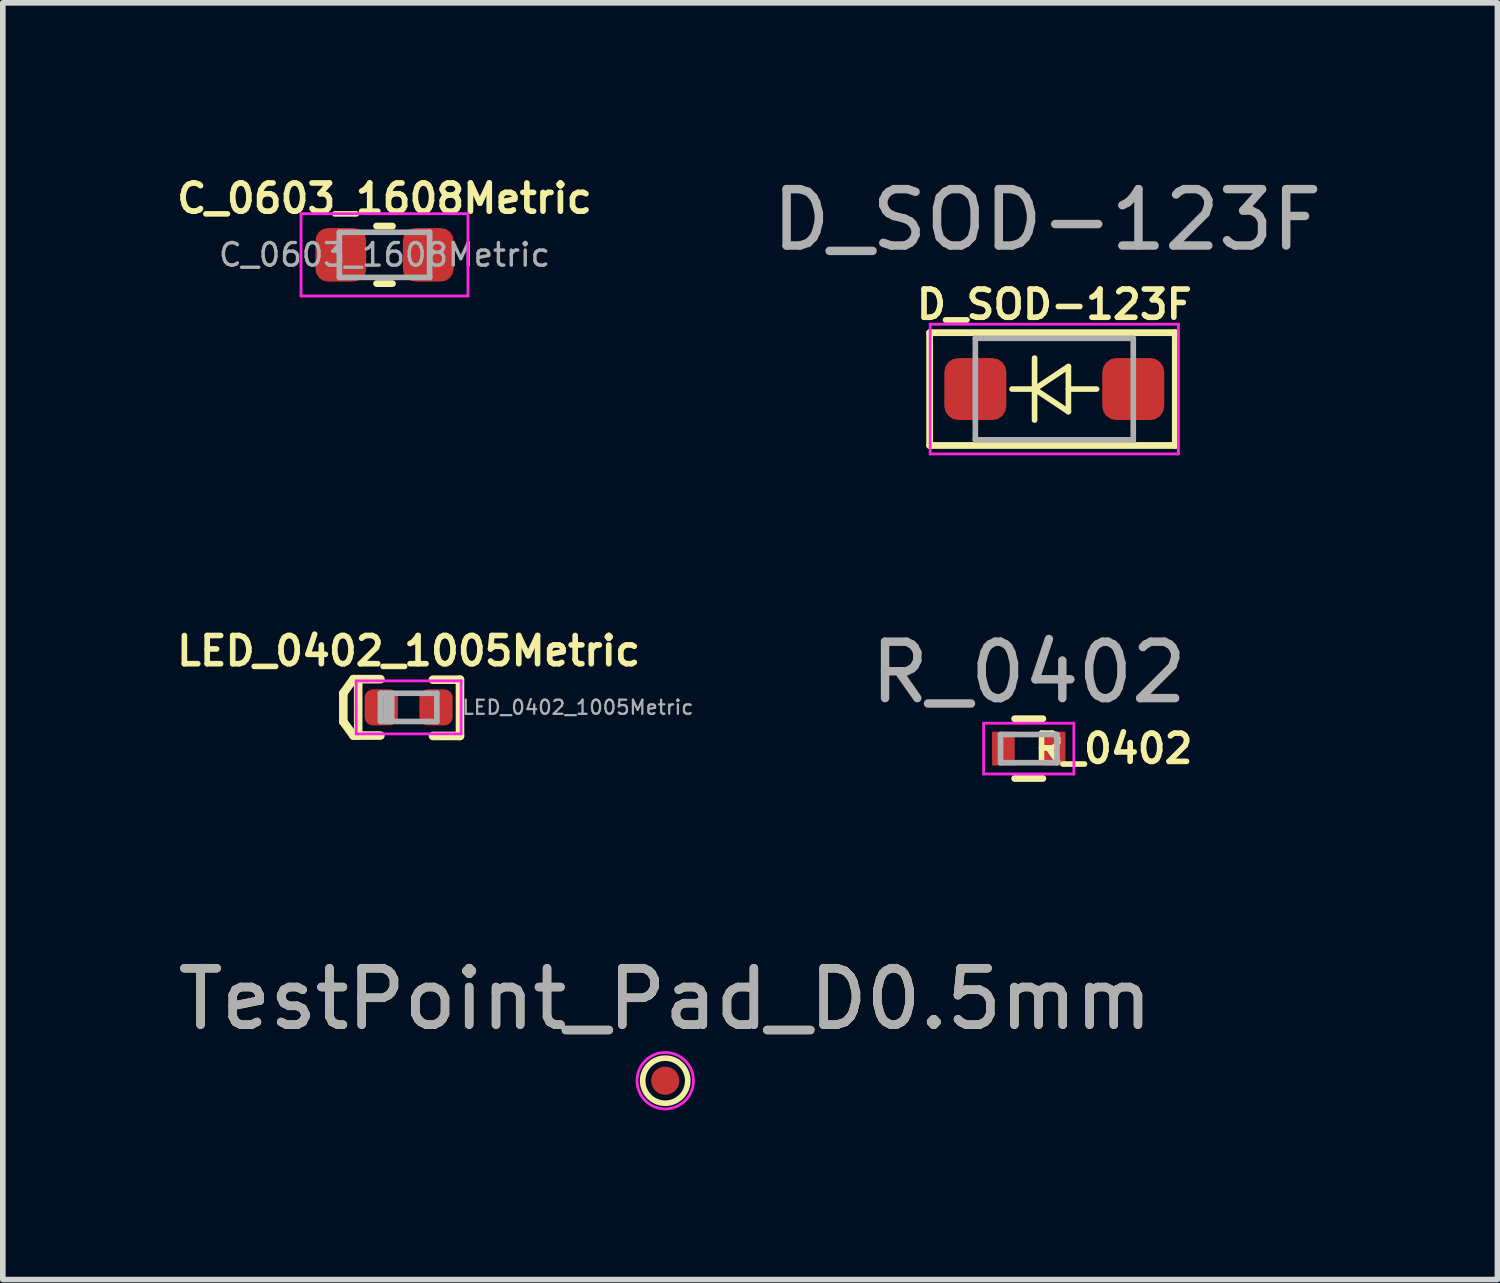
<source format=kicad_pcb>
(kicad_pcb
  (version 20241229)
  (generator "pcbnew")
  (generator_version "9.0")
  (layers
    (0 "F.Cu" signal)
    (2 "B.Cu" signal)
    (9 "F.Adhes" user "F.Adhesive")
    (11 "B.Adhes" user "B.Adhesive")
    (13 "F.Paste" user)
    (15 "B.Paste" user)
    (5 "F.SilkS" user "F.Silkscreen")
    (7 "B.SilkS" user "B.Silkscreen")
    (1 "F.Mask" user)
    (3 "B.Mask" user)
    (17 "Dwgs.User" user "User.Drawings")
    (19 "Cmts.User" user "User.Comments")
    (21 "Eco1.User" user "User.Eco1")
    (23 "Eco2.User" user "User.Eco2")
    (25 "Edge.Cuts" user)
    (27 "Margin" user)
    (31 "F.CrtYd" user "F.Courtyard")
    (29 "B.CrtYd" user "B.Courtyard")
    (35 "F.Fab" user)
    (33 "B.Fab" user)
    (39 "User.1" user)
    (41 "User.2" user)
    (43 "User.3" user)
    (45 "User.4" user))
  (footprint "TestPoint_Pad_D0.5mm"
    (layer "F.Cu")
    (at 8.744 16.11)
    (property "Reference" "TestPoint_Pad_D0.5mm" (at 0 -1.448 0) (layer "F.SilkS") (effects (font (size 1 1) (thickness 0.15))))
    (attr exclude_from_pos_files)
    (fp_circle (center 0 0) (end 0.4 0) (stroke (width 0.1) (type solid)) (fill no) (layer "F.SilkS"))
    (fp_circle (center 0 0) (end 0.5 0) (stroke (width 0.05) (type solid)) (fill no) (layer "F.CrtYd"))
    (fp_text user "${REFERENCE}" (at 0 -1.45 0) (layer "F.Fab") (effects (font (size 1 1) (thickness 0.15))))
    (pad "1" smd circle (at 0 0) (size 0.5 0.5) (layers "F.Cu" "F.Mask")))
  (footprint "D_SOD-123F"
    (layer "F.Cu")
    (at 15.642 3.848)
    (property "Reference" "D_SOD-123F" (at 0 -1.5 180) (layer "F.SilkS") (effects (font (size 0.5 0.5) (thickness 0.1))))
    (attr smd)
    (fp_line (start -2.21 -1) (end -2.21 1) (stroke (width 0.12) (type solid)) (layer "F.SilkS"))
    (fp_line (start -2.21 -1) (end 2.145 -1) (stroke (width 0.12) (type solid)) (layer "F.SilkS"))
    (fp_line (start -2.21 1) (end 2.145 1) (stroke (width 0.12) (type solid)) (layer "F.SilkS"))
    (fp_line (start -0.75 0) (end -0.35 0) (stroke (width 0.1) (type solid)) (layer "F.SilkS"))
    (fp_line (start -0.35 0) (end -0.35 -0.55) (stroke (width 0.1) (type solid)) (layer "F.SilkS"))
    (fp_line (start -0.35 0) (end -0.35 0.55) (stroke (width 0.1) (type solid)) (layer "F.SilkS"))
    (fp_line (start -0.35 0) (end 0.25 -0.4) (stroke (width 0.1) (type solid)) (layer "F.SilkS"))
    (fp_line (start 0.25 -0.4) (end 0.25 0.4) (stroke (width 0.1) (type solid)) (layer "F.SilkS"))
    (fp_line (start 0.25 0) (end 0.75 0) (stroke (width 0.1) (type solid)) (layer "F.SilkS"))
    (fp_line (start 0.25 0.4) (end -0.35 0) (stroke (width 0.1) (type solid)) (layer "F.SilkS"))
    (fp_line (start 2.145 -1) (end 2.145 1) (stroke (width 0.12) (type solid)) (layer "F.SilkS"))
    (fp_line (start -2.2 -1.15) (end -2.2 1.15) (stroke (width 0.05) (type solid)) (layer "F.CrtYd"))
    (fp_line (start -2.2 -1.15) (end 2.2 -1.15) (stroke (width 0.05) (type solid)) (layer "F.CrtYd"))
    (fp_line (start 2.2 -1.15) (end 2.2 1.15) (stroke (width 0.05) (type solid)) (layer "F.CrtYd"))
    (fp_line (start 2.2 1.15) (end -2.2 1.15) (stroke (width 0.05) (type solid)) (layer "F.CrtYd"))
    (fp_line (start -1.4 -0.9) (end 1.4 -0.9) (stroke (width 0.1) (type solid)) (layer "F.Fab"))
    (fp_line (start -1.4 0.9) (end -1.4 -0.9) (stroke (width 0.1) (type solid)) (layer "F.Fab"))
    (fp_line (start 1.4 -0.9) (end 1.4 0.9) (stroke (width 0.1) (type solid)) (layer "F.Fab"))
    (fp_line (start 1.4 0.9) (end -1.4 0.9) (stroke (width 0.1) (type solid)) (layer "F.Fab"))
    (fp_text user "${REFERENCE}" (at -0.127 -3 180) (layer "F.Fab") (effects (font (size 1 1) (thickness 0.15))))
    (pad "1" smd roundrect (at -1.4 0) (size 1.1 1.1) (layers "F.Cu" "F.Mask" "F.Paste") (roundrect_rratio 0.227))
    (pad "2" smd roundrect (at 1.4 0) (size 1.1 1.1) (layers "F.Cu" "F.Mask" "F.Paste") (roundrect_rratio 0.227)))
  (footprint "LED_0402_1005Metric"
    (layer "F.Cu")
    (at 4.195 9.491)
    (property "Reference" "LED_0402_1005Metric" (at 0 -1 180) (layer "F.SilkS") (effects (font (size 0.5 0.5) (thickness 0.1) (bold yes))))
    (attr smd)
    (fp_line (start -1.158 -0.252) (end -1.158 0.253) (stroke (width 0.152) (type solid)) (layer "F.SilkS"))
    (fp_line (start -1.158 -0.252) (end -0.979 -0.5) (stroke (width 0.152) (type solid)) (layer "F.SilkS"))
    (fp_line (start -0.979 0.5) (end -1.158 0.253) (stroke (width 0.152) (type solid)) (layer "F.SilkS"))
    (fp_line (start -0.895 -0.499) (end -0.895 0.499) (stroke (width 0.152) (type solid)) (layer "F.SilkS"))
    (fp_line (start -0.5 -0.5) (end -0.979 -0.5) (stroke (width 0.152) (type solid)) (layer "F.SilkS"))
    (fp_line (start -0.5 0.5) (end -0.979 0.5) (stroke (width 0.152) (type solid)) (layer "F.SilkS"))
    (fp_line (start 0.91 -0.491) (end 0.431 -0.491) (stroke (width 0.152) (type solid)) (layer "F.SilkS"))
    (fp_line (start 0.91 -0.491) (end 0.91 0.507) (stroke (width 0.152) (type solid)) (layer "F.SilkS"))
    (fp_line (start 0.91 0.507) (end 0.431 0.507) (stroke (width 0.152) (type solid)) (layer "F.SilkS"))
    (fp_line (start -0.93 -0.47) (end 0.93 -0.47) (stroke (width 0.05) (type solid)) (layer "F.CrtYd"))
    (fp_line (start -0.93 0.47) (end -0.93 -0.47) (stroke (width 0.05) (type solid)) (layer "F.CrtYd"))
    (fp_line (start 0.93 -0.47) (end 0.93 0.47) (stroke (width 0.05) (type solid)) (layer "F.CrtYd"))
    (fp_line (start 0.93 0.47) (end -0.93 0.47) (stroke (width 0.05) (type solid)) (layer "F.CrtYd"))
    (fp_line (start -0.5 -0.25) (end 0.5 -0.25) (stroke (width 0.1) (type solid)) (layer "F.Fab"))
    (fp_line (start -0.5 0.25) (end -0.5 -0.25) (stroke (width 0.1) (type solid)) (layer "F.Fab"))
    (fp_line (start -0.4 0.25) (end -0.4 -0.25) (stroke (width 0.1) (type solid)) (layer "F.Fab"))
    (fp_line (start -0.3 0.25) (end -0.3 -0.25) (stroke (width 0.1) (type solid)) (layer "F.Fab"))
    (fp_line (start 0.5 -0.25) (end 0.5 0.25) (stroke (width 0.1) (type solid)) (layer "F.Fab"))
    (fp_line (start 0.5 0.25) (end -0.5 0.25) (stroke (width 0.1) (type solid)) (layer "F.Fab"))
    (fp_text user "${REFERENCE}" (at 3 0 180) (layer "F.Fab") (effects (font (size 0.25 0.25) (thickness 0.04))))
    (pad "1" smd roundrect (at -0.485 0) (size 0.59 0.64) (layers "F.Cu" "F.Mask" "F.Paste") (roundrect_rratio 0.25))
    (pad "2" smd roundrect (at 0.485 0) (size 0.59 0.64) (layers "F.Cu" "F.Mask" "F.Paste") (roundrect_rratio 0.25)))
  (footprint "C_0603_1608Metric"
    (layer "F.Cu")
    (at 3.767 1.468)
    (property "Reference" "C_0603_1608Metric" (at 0 -1 180) (layer "F.SilkS") (effects (font (size 0.5 0.5) (thickness 0.1))))
    (attr smd)
    (fp_line (start -0.141 -0.51) (end 0.141 -0.51) (stroke (width 0.12) (type solid)) (layer "F.SilkS"))
    (fp_line (start -0.141 0.51) (end 0.141 0.51) (stroke (width 0.12) (type solid)) (layer "F.SilkS"))
    (fp_line (start -1.48 -0.73) (end 1.48 -0.73) (stroke (width 0.05) (type solid)) (layer "F.CrtYd"))
    (fp_line (start -1.48 0.73) (end -1.48 -0.73) (stroke (width 0.05) (type solid)) (layer "F.CrtYd"))
    (fp_line (start 1.48 -0.73) (end 1.48 0.73) (stroke (width 0.05) (type solid)) (layer "F.CrtYd"))
    (fp_line (start 1.48 0.73) (end -1.48 0.73) (stroke (width 0.05) (type solid)) (layer "F.CrtYd"))
    (fp_line (start -0.8 -0.4) (end 0.8 -0.4) (stroke (width 0.1) (type solid)) (layer "F.Fab"))
    (fp_line (start -0.8 0.4) (end -0.8 -0.4) (stroke (width 0.1) (type solid)) (layer "F.Fab"))
    (fp_line (start 0.8 -0.4) (end 0.8 0.4) (stroke (width 0.1) (type solid)) (layer "F.Fab"))
    (fp_line (start 0.8 0.4) (end -0.8 0.4) (stroke (width 0.1) (type solid)) (layer "F.Fab"))
    (fp_text user "${REFERENCE}" (at 0 0 0) (layer "F.Fab") (effects (font (size 0.4 0.4) (thickness 0.06))))
    (pad "1" smd roundrect (at -0.775 0) (size 0.9 0.95) (layers "F.Cu" "F.Mask" "F.Paste") (roundrect_rratio 0.25))
    (pad "2" smd roundrect (at 0.775 0) (size 0.9 0.95) (layers "F.Cu" "F.Mask" "F.Paste") (roundrect_rratio 0.25)))
  (footprint "R_0402"
    (layer "F.Cu")
    (at 15.189 10.222)
    (property "Reference" "R_0402" (at 1.5 0 180) (layer "F.SilkS") (effects (font (size 0.5 0.5) (thickness 0.1) (bold yes))))
    (attr smd)
    (fp_line (start -0.25 0.53) (end 0.25 0.53) (stroke (width 0.12) (type solid)) (layer "F.SilkS"))
    (fp_line (start 0.25 -0.53) (end -0.25 -0.53) (stroke (width 0.12) (type solid)) (layer "F.SilkS"))
    (fp_line (start -0.8 -0.45) (end -0.8 0.45) (stroke (width 0.05) (type solid)) (layer "F.CrtYd"))
    (fp_line (start -0.8 -0.45) (end 0.8 -0.45) (stroke (width 0.05) (type solid)) (layer "F.CrtYd"))
    (fp_line (start 0.8 0.45) (end -0.8 0.45) (stroke (width 0.05) (type solid)) (layer "F.CrtYd"))
    (fp_line (start 0.8 0.45) (end 0.8 -0.45) (stroke (width 0.05) (type solid)) (layer "F.CrtYd"))
    (fp_line (start -0.5 -0.25) (end 0.5 -0.25) (stroke (width 0.1) (type solid)) (layer "F.Fab"))
    (fp_line (start -0.5 0.25) (end -0.5 -0.25) (stroke (width 0.1) (type solid)) (layer "F.Fab"))
    (fp_line (start 0.5 -0.25) (end 0.5 0.25) (stroke (width 0.1) (type solid)) (layer "F.Fab"))
    (fp_line (start 0.5 0.25) (end -0.5 0.25) (stroke (width 0.1) (type solid)) (layer "F.Fab"))
    (fp_text user "${REFERENCE}" (at 0 -1.35 180) (layer "F.Fab") (effects (font (size 1 1) (thickness 0.15))))
    (pad "1" smd rect (at -0.45 0) (size 0.4 0.6) (layers "F.Cu" "F.Mask" "F.Paste"))
    (pad "2" smd rect (at 0.45 0) (size 0.4 0.6) (layers "F.Cu" "F.Mask" "F.Paste")))
  (gr_rect
    (start -3 -3)
    (end 23.498 19.635)
    (stroke (width 0.1) (type default))
    (fill no)
    (layer "Edge.Cuts")))
</source>
